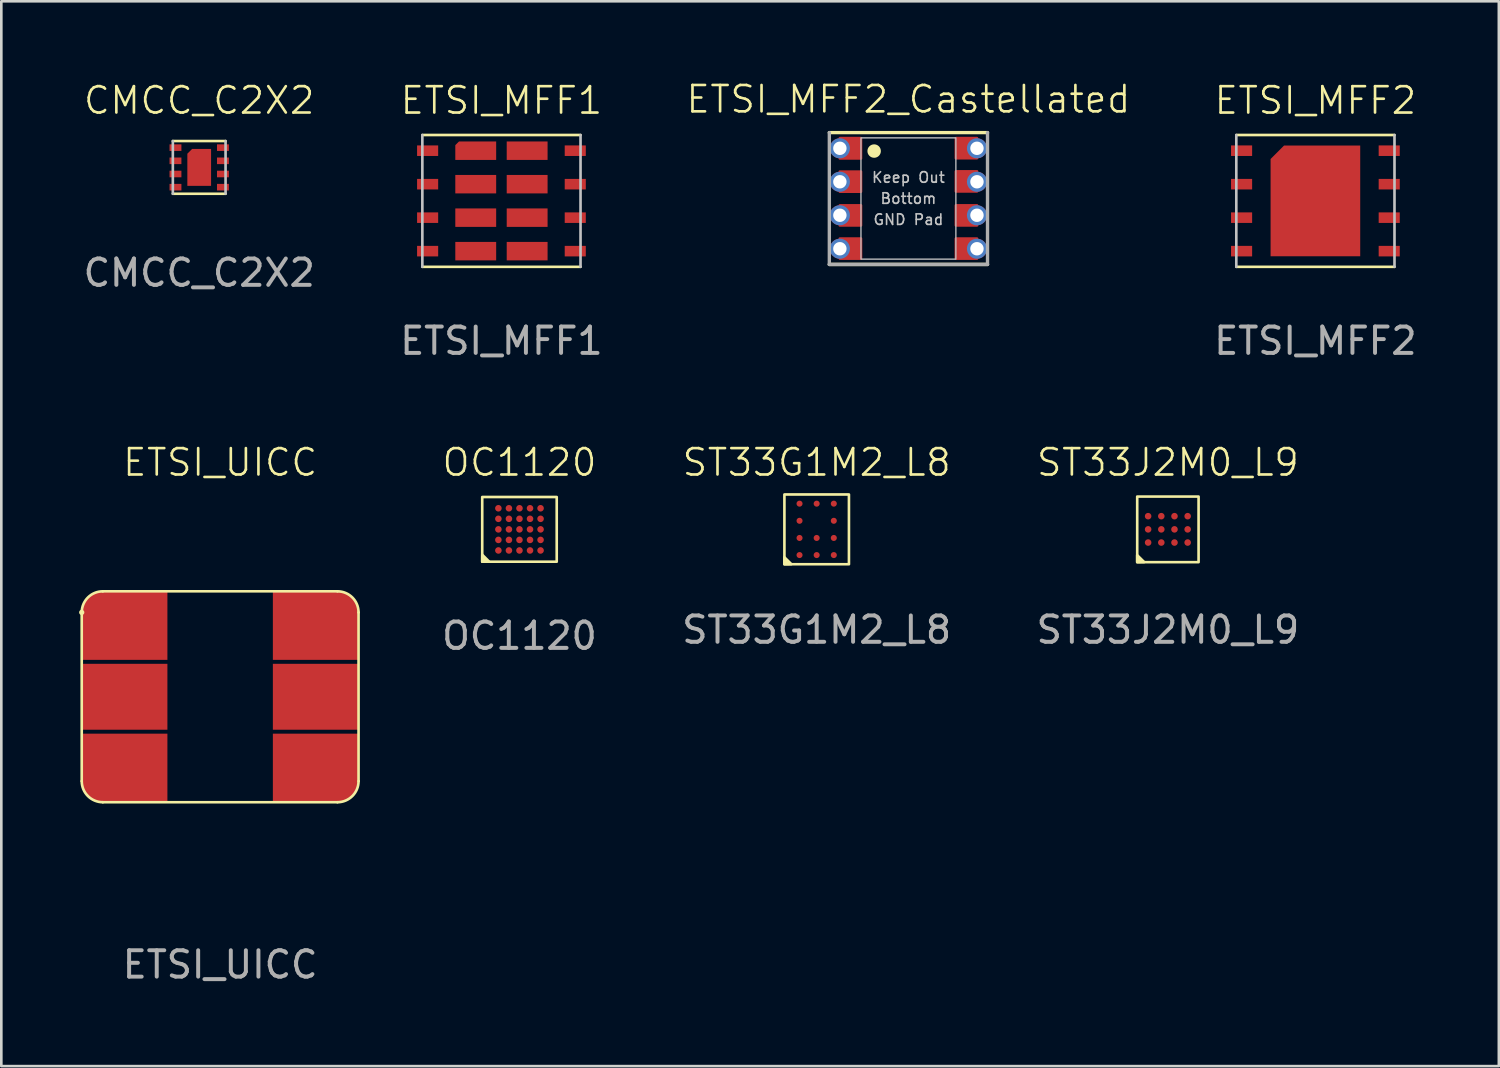
<source format=kicad_pcb>
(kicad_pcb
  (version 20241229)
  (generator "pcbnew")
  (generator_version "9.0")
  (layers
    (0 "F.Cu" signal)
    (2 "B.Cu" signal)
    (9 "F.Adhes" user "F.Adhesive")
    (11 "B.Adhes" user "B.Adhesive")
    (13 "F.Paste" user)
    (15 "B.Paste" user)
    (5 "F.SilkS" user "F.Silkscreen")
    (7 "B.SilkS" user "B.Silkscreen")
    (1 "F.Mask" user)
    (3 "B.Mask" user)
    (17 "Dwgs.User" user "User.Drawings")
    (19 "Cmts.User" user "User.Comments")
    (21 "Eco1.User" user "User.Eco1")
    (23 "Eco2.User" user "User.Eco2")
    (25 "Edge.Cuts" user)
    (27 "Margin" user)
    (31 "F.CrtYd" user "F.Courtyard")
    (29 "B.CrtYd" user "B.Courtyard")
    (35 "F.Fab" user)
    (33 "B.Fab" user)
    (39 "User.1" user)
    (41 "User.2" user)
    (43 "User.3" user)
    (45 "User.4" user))
  (footprint "CMCC_C2X2"
    (layer "F.Cu")
    (at 4.506 3.3)
    (property "Reference" "CMCC_C2X2" (at 0 -2.54 0) (unlocked yes) (layer "F.SilkS") (effects (font (size 1 1) (thickness 0.1))))
    (attr smd)
    (fp_line (start -1 -1) (end 1 -1) (stroke (width 0.1) (type default)) (layer "F.SilkS"))
    (fp_line (start 1 1) (end -1 1) (stroke (width 0.1) (type default)) (layer "F.SilkS"))
    (fp_line (start -1 1) (end -1 -1) (stroke (width 0.1) (type default)) (layer "Dwgs.User"))
    (fp_line (start 1 -1) (end 1 1) (stroke (width 0.1) (type default)) (layer "Dwgs.User"))
    (fp_text user "${REFERENCE}" (at 0 4 0) (unlocked yes) (layer "F.Fab") (effects (font (size 1 1) (thickness 0.15))))
    (pad "1" smd rect (at -0.9 -0.75) (size 0.45 0.25) (layers "F.Cu" "F.Mask" "F.Paste"))
    (pad "2" smd rect (at -0.9 -0.25) (size 0.45 0.25) (layers "F.Cu" "F.Mask" "F.Paste"))
    (pad "3" smd rect (at -0.9 0.25) (size 0.45 0.25) (layers "F.Cu" "F.Mask" "F.Paste"))
    (pad "4" smd rect (at -0.9 0.75) (size 0.45 0.25) (layers "F.Cu" "F.Mask" "F.Paste"))
    (pad "5" smd rect (at 0.9 0.75) (size 0.45 0.25) (layers "F.Cu" "F.Mask" "F.Paste"))
    (pad "6" smd rect (at 0.9 0.25) (size 0.45 0.25) (layers "F.Cu" "F.Mask" "F.Paste"))
    (pad "7" smd rect (at 0.9 -0.25) (size 0.45 0.25) (layers "F.Cu" "F.Mask" "F.Paste"))
    (pad "8" smd rect (at 0.9 -0.75) (size 0.45 0.25) (layers "F.Cu" "F.Mask" "F.Paste"))
    (pad "9" smd roundrect (at 0 0) (size 0.9 1.4) (property pad_prop_heatsink) (layers "F.Cu" "F.Mask" "F.Paste") (roundrect_rratio 0) (chamfer_ratio 0.2) (chamfer top_left)))
  (footprint "ETSI_UICC"
    (layer "F.Cu")
    (at 5.3 23.379)
    (property "Reference" "ETSI_UICC" (at 0 -8.89 0) (unlocked yes) (layer "F.SilkS") (effects (font (size 1 1) (thickness 0.1))))
    (attr smd)
    (fp_line (start -5.25 3.2) (end -5.25 -3.2) (stroke (width 0.1) (type default)) (layer "F.SilkS"))
    (fp_line (start -4.45 -4) (end 4.45 -4) (stroke (width 0.1) (type default)) (layer "F.SilkS"))
    (fp_line (start 4.45 4) (end -4.45 4) (stroke (width 0.1) (type default)) (layer "F.SilkS"))
    (fp_line (start 5.25 -3.2) (end 5.25 3.2) (stroke (width 0.1) (type default)) (layer "F.SilkS"))
    (fp_arc (start -5.25 -3.2) (mid -5.25 -3.2) (end -5.25 -3.2) (stroke (width 0.1) (type default)) (layer "F.SilkS"))
    (fp_arc (start -5.25 -3.2) (mid -5.015685 -3.765685) (end -4.45 -4) (stroke (width 0.1) (type default)) (layer "F.SilkS"))
    (fp_arc (start -4.45 4) (mid -5.015685 3.765685) (end -5.25 3.2) (stroke (width 0.1) (type default)) (layer "F.SilkS"))
    (fp_arc (start 4.45 -4) (mid 5.015685 -3.765685) (end 5.25 -3.2) (stroke (width 0.1) (type default)) (layer "F.SilkS"))
    (fp_arc (start 5.25 3.2) (mid 5.015685 3.765685) (end 4.45 4) (stroke (width 0.1) (type default)) (layer "F.SilkS"))
    (fp_text user "${REFERENCE}" (at 0 10.16 0) (unlocked yes) (layer "F.Fab") (effects (font (size 1 1) (thickness 0.15))))
    (pad "1" smd custom (at -3.625 -2.7) (size 2.6 2.6) (layers "F.Cu" "F.Mask" "F.Paste") (options (anchor circle)) (primitives (gr_poly (pts (xy -1.625 -0.5) (xy -1.605 -0.678) (xy -1.546 -0.847) (xy -1.45 -0.999) (xy -1.324 -1.125) (xy -1.172 -1.221) (xy -1.003 -1.28) (xy 0.825 -1.3) (xy 1.625 -1.3) (xy 1.625 1.3) (xy -1.625 1.3)) (width 0) (fill yes))))
    (pad "2" smd rect (at -3.625 0) (size 3.25 2.5) (layers "F.Cu" "F.Mask" "F.Paste"))
    (pad "3" smd custom (at -3.625 2.7) (size 2.6 2.6) (layers "F.Cu" "F.Mask" "F.Paste") (options (anchor circle)) (primitives (gr_poly (pts (xy -1.625 -1.3) (xy 1.625 -1.3) (xy 1.625 1.3) (xy 0.825 1.3) (xy -0.825 1.3) (xy -1.003 1.28) (xy -1.172 1.221) (xy -1.324 1.125) (xy -1.45 0.999) (xy -1.546 0.847) (xy -1.605 0.678) (xy -1.625 0.5)) (width 0) (fill yes))))
    (pad "6" smd custom (at 3.625 2.7) (size 2.6 2.6) (layers "F.Cu" "F.Mask" "F.Paste") (options (anchor circle)) (primitives (gr_poly (pts (xy -1.625 -1.3) (xy 1.625 -1.3) (xy 1.625 0.5) (xy 1.605 0.678) (xy 1.546 0.847) (xy 1.45 0.999) (xy 1.324 1.125) (xy 1.172 1.221) (xy 1.003 1.28) (xy 0.825 1.3) (xy -1.625 1.3)) (width 0) (fill yes))))
    (pad "7" smd rect (at 3.625 0) (size 3.25 2.5) (layers "F.Cu" "F.Mask" "F.Paste"))
    (pad "8" smd custom (at 3.625 -2.7) (size 2.6 2.6) (layers "F.Cu" "F.Mask" "F.Paste") (options (anchor circle)) (primitives (gr_poly (pts (xy -1.625 -1.3) (xy 0.825 -1.3) (xy 1.003 -1.28) (xy 1.172 -1.221) (xy 1.324 -1.125) (xy 1.45 -0.999) (xy 1.546 -0.847) (xy 1.605 -0.678) (xy 1.625 -0.5) (xy 1.625 1.3) (xy -1.625 1.3)) (width 0) (fill yes)))))
  (footprint "ST33G1M2_L8"
    (layer "F.Cu")
    (at 27.927 17.029)
    (property "Reference" "ST33G1M2_L8" (at 0 -2.54 0) (unlocked yes) (layer "F.SilkS") (effects (font (size 1 1) (thickness 0.1))))
    (attr smd)
    (fp_rect (start 1.224 -1.323) (end -1.224 1.323) (stroke (width 0.1) (type default)) (fill no) (layer "F.SilkS"))
    (fp_poly (pts (xy -1.224 1.323) (xy -1.224 1.059) (xy -0.961 1.32)) (stroke (width 0.1) (type solid)) (fill yes) (layer "F.SilkS"))
    (fp_text user "${REFERENCE}" (at 0 3.81 0) (unlocked yes) (layer "F.Fab") (effects (font (size 1 1) (thickness 0.15))))
    (pad "A1" smd circle (at -0.65 0.975) (size 0.23 0.23) (layers "F.Cu" "F.Mask" "F.Paste"))
    (pad "A2" smd circle (at 0 0.975) (size 0.23 0.23) (layers "F.Cu" "F.Mask" "F.Paste"))
    (pad "A3" smd circle (at 0.65 0.975) (size 0.23 0.23) (layers "F.Cu" "F.Mask" "F.Paste"))
    (pad "B1" smd circle (at -0.65 0.326) (size 0.23 0.23) (layers "F.Cu" "F.Mask" "F.Paste"))
    (pad "B2" smd circle (at 0 0.326) (size 0.23 0.23) (layers "F.Cu" "F.Mask" "F.Paste"))
    (pad "B3" smd circle (at 0.65 0.326) (size 0.23 0.23) (layers "F.Cu" "F.Mask" "F.Paste"))
    (pad "C1" smd circle (at -0.65 -0.325) (size 0.23 0.23) (layers "F.Cu" "F.Mask" "F.Paste"))
    (pad "C3" smd circle (at 0.65 -0.325) (size 0.23 0.23) (layers "F.Cu" "F.Mask" "F.Paste"))
    (pad "D1" smd circle (at -0.65 -0.975) (size 0.23 0.23) (layers "F.Cu" "F.Mask" "F.Paste"))
    (pad "D2" smd circle (at 0 -0.975) (size 0.23 0.23) (layers "F.Cu" "F.Mask" "F.Paste"))
    (pad "D3" smd circle (at 0.65 -0.975) (size 0.23 0.23) (layers "F.Cu" "F.Mask" "F.Paste")))
  (footprint "ETSI_MFF1"
    (layer "F.Cu")
    (at 15.97 4.571)
    (property "Reference" "ETSI_MFF1" (at 0 -3.81 0) (unlocked yes) (layer "F.SilkS") (effects (font (size 1 1) (thickness 0.1))))
    (attr smd)
    (fp_line (start -3 2.5) (end 3 2.5) (stroke (width 0.1) (type default)) (layer "F.SilkS"))
    (fp_line (start 3 -2.5) (end -3 -2.5) (stroke (width 0.1) (type default)) (layer "F.SilkS"))
    (fp_line (start -3 -2.5) (end -3 2.5) (stroke (width 0.1) (type default)) (layer "Dwgs.User"))
    (fp_line (start 3 2.5) (end 3 -2.5) (stroke (width 0.1) (type default)) (layer "Dwgs.User"))
    (fp_text user "${REFERENCE}" (at 0 5.31 0) (unlocked yes) (layer "F.Fab") (effects (font (size 1 1) (thickness 0.15))))
    (pad "1" smd rect (at -2.8 -1.905) (size 0.8 0.4) (layers "F.Cu" "F.Mask" "F.Paste"))
    (pad "1" smd roundrect (at -0.975 -1.905) (size 1.55 0.7) (layers "F.Cu" "F.Mask" "F.Paste") (roundrect_rratio 0) (chamfer_ratio 0.2) (chamfer top_left))
    (pad "2" smd rect (at -2.8 -0.635) (size 0.8 0.4) (layers "F.Cu" "F.Mask" "F.Paste"))
    (pad "2" smd rect (at -0.975 -0.635) (size 1.55 0.7) (layers "F.Cu" "F.Mask" "F.Paste"))
    (pad "3" smd rect (at -2.8 0.635) (size 0.8 0.4) (layers "F.Cu" "F.Mask" "F.Paste"))
    (pad "3" smd rect (at -0.975 0.635) (size 1.55 0.7) (layers "F.Cu" "F.Mask" "F.Paste"))
    (pad "4" smd rect (at -2.8 1.905) (size 0.8 0.4) (layers "F.Cu" "F.Mask" "F.Paste"))
    (pad "4" smd rect (at -0.975 1.905) (size 1.55 0.7) (layers "F.Cu" "F.Mask" "F.Paste"))
    (pad "5" smd rect (at 0.975 1.905) (size 1.55 0.7) (layers "F.Cu" "F.Mask" "F.Paste"))
    (pad "5" smd rect (at 2.8 1.905) (size 0.8 0.4) (layers "F.Cu" "F.Mask" "F.Paste"))
    (pad "6" smd rect (at 0.975 0.635) (size 1.55 0.7) (layers "F.Cu" "F.Mask" "F.Paste"))
    (pad "6" smd rect (at 2.8 0.635) (size 0.8 0.4) (layers "F.Cu" "F.Mask" "F.Paste"))
    (pad "7" smd rect (at 0.975 -0.635) (size 1.55 0.7) (layers "F.Cu" "F.Mask" "F.Paste"))
    (pad "7" smd rect (at 2.8 -0.635) (size 0.8 0.4) (layers "F.Cu" "F.Mask" "F.Paste"))
    (pad "8" smd roundrect (at 0.975 -1.905) (size 1.55 0.7) (layers "F.Cu" "F.Mask" "F.Paste") (roundrect_rratio 0) (chamfer_ratio 0.2) (chamfer))
    (pad "8" smd rect (at 2.8 -1.905) (size 0.8 0.4) (layers "F.Cu" "F.Mask" "F.Paste")))
  (footprint "OC1120"
    (layer "F.Cu")
    (at 16.654 17.029)
    (property "Reference" "OC1120" (at 0 -2.54 0) (unlocked yes) (layer "F.SilkS") (effects (font (size 1 1) (thickness 0.1))))
    (attr smd)
    (fp_rect (start -1.413 -1.227) (end 1.413 1.227) (stroke (width 0.1) (type solid)) (fill no) (layer "F.SilkS"))
    (fp_poly (pts (xy -1.413 1.227) (xy -1.149 1.227) (xy -1.411 0.963)) (stroke (width 0.1) (type solid)) (fill yes) (layer "F.SilkS"))
    (fp_text user "${REFERENCE}" (at 0 4.04 0) (unlocked yes) (layer "F.Fab") (effects (font (size 1 1) (thickness 0.15))))
    (pad "A1" smd circle (at -0.8 0.8) (size 0.25 0.25) (layers "F.Cu" "F.Mask" "F.Paste"))
    (pad "A2" smd circle (at -0.8 0.4) (size 0.25 0.25) (layers "F.Cu" "F.Mask" "F.Paste"))
    (pad "A3" smd circle (at -0.8 0) (size 0.25 0.25) (layers "F.Cu" "F.Mask" "F.Paste"))
    (pad "A4" smd circle (at -0.8 -0.4) (size 0.25 0.25) (layers "F.Cu" "F.Mask" "F.Paste"))
    (pad "A5" smd circle (at -0.8 -0.8) (size 0.25 0.25) (layers "F.Cu" "F.Mask" "F.Paste"))
    (pad "B1" smd circle (at -0.4 0.8) (size 0.25 0.25) (layers "F.Cu" "F.Mask" "F.Paste"))
    (pad "B2" smd circle (at -0.4 0.4) (size 0.25 0.25) (layers "F.Cu" "F.Mask" "F.Paste"))
    (pad "B3" smd circle (at -0.4 0) (size 0.25 0.25) (layers "F.Cu" "F.Mask" "F.Paste"))
    (pad "B4" smd circle (at -0.4 -0.4) (size 0.25 0.25) (layers "F.Cu" "F.Mask" "F.Paste"))
    (pad "B5" smd circle (at -0.4 -0.8) (size 0.25 0.25) (layers "F.Cu" "F.Mask" "F.Paste"))
    (pad "C1" smd circle (at 0 0.8) (size 0.25 0.25) (layers "F.Cu" "F.Mask" "F.Paste"))
    (pad "C2" smd circle (at 0 0.4) (size 0.25 0.25) (layers "F.Cu" "F.Mask" "F.Paste"))
    (pad "C3" smd circle (at 0 0) (size 0.25 0.25) (layers "F.Cu" "F.Mask" "F.Paste"))
    (pad "C4" smd circle (at 0 -0.4) (size 0.25 0.25) (layers "F.Cu" "F.Mask" "F.Paste"))
    (pad "C5" smd circle (at 0 -0.8) (size 0.25 0.25) (layers "F.Cu" "F.Mask" "F.Paste"))
    (pad "D1" smd circle (at 0.4 0.8) (size 0.25 0.25) (layers "F.Cu" "F.Mask" "F.Paste"))
    (pad "D2" smd circle (at 0.4 0.4) (size 0.25 0.25) (layers "F.Cu" "F.Mask" "F.Paste"))
    (pad "D3" smd circle (at 0.4 0) (size 0.25 0.25) (layers "F.Cu" "F.Mask" "F.Paste"))
    (pad "D4" smd circle (at 0.4 -0.4) (size 0.25 0.25) (layers "F.Cu" "F.Mask" "F.Paste"))
    (pad "D5" smd circle (at 0.4 -0.8) (size 0.25 0.25) (layers "F.Cu" "F.Mask" "F.Paste"))
    (pad "E1" smd circle (at 0.8 0.8) (size 0.25 0.25) (layers "F.Cu" "F.Mask" "F.Paste"))
    (pad "E2" smd circle (at 0.8 0.4) (size 0.25 0.25) (layers "F.Cu" "F.Mask" "F.Paste"))
    (pad "E3" smd circle (at 0.8 0) (size 0.25 0.25) (layers "F.Cu" "F.Mask" "F.Paste"))
    (pad "E4" smd circle (at 0.8 -0.4) (size 0.25 0.25) (layers "F.Cu" "F.Mask" "F.Paste"))
    (pad "E5" smd circle (at 0.8 -0.8) (size 0.25 0.25) (layers "F.Cu" "F.Mask" "F.Paste")))
  (footprint "ST33J2M0_L9"
    (layer "F.Cu")
    (at 41.249 17.029)
    (property "Reference" "ST33J2M0_L9" (at 0 -2.54 0) (unlocked yes) (layer "F.SilkS") (effects (font (size 1 1) (thickness 0.1) (bold yes))))
    (attr smd)
    (fp_rect (start -1.164 -1.244) (end 1.164 1.244) (stroke (width 0.1) (type solid)) (fill no) (layer "F.SilkS"))
    (fp_poly (pts (xy -1.164 1.244) (xy -1.164 0.98) (xy -0.9 1.241)) (stroke (width 0.1) (type solid)) (fill yes) (layer "F.SilkS"))
    (fp_text user "${REFERENCE}" (at 0 3.81 0) (unlocked yes) (layer "F.Fab") (effects (font (size 1 1) (thickness 0.15))))
    (pad "A1" smd circle (at -0.75 0.5) (size 0.25 0.25) (layers "F.Cu" "F.Mask" "F.Paste"))
    (pad "A2" smd circle (at -0.75 0) (size 0.25 0.25) (layers "F.Cu" "F.Mask" "F.Paste"))
    (pad "A3" smd circle (at -0.75 -0.5) (size 0.25 0.25) (layers "F.Cu" "F.Mask" "F.Paste"))
    (pad "B1" smd circle (at -0.25 0.5) (size 0.25 0.25) (layers "F.Cu" "F.Mask" "F.Paste"))
    (pad "B2" smd circle (at -0.25 0) (size 0.25 0.25) (layers "F.Cu" "F.Mask" "F.Paste"))
    (pad "B3" smd circle (at -0.25 -0.5) (size 0.25 0.25) (layers "F.Cu" "F.Mask" "F.Paste"))
    (pad "C1" smd circle (at 0.25 0.5) (size 0.25 0.25) (layers "F.Cu" "F.Mask" "F.Paste"))
    (pad "C2" smd circle (at 0.25 0) (size 0.25 0.25) (layers "F.Cu" "F.Mask" "F.Paste"))
    (pad "C3" smd circle (at 0.25 -0.5) (size 0.25 0.25) (layers "F.Cu" "F.Mask" "F.Paste"))
    (pad "D1" smd circle (at 0.75 0.5) (size 0.25 0.25) (layers "F.Cu" "F.Mask" "F.Paste"))
    (pad "D2" smd circle (at 0.75 0) (size 0.25 0.25) (layers "F.Cu" "F.Mask" "F.Paste"))
    (pad "D3" smd circle (at 0.75 -0.5) (size 0.25 0.25) (layers "F.Cu" "F.Mask" "F.Paste")))
  (footprint "ETSI_MFF2_Castellated"
    (layer "F.Cu")
    (at 31.407 4.48)
    (property "Reference" "ETSI_MFF2_Castellated" (at 0 -3.18 0) (layer "F.SilkS") (effects (font (size 1 1) (thickness 0.1)) (justify bottom)))
    (attr through_hole)
    (fp_poly (pts (xy -1.8 -1.52) (xy -2.6 -1.52) (xy -2.6 -2.29) (xy -1.8 -2.29)) (stroke (width 0.1) (type solid)) (fill yes) (layer "F.Cu"))
    (fp_poly (pts (xy -1.8 -0.26) (xy -2.6 -0.26) (xy -2.6 -1.02) (xy -1.8 -1.02)) (stroke (width 0.1) (type solid)) (fill yes) (layer "F.Cu"))
    (fp_poly (pts (xy -1.8 1.02) (xy -2.6 1.02) (xy -2.6 0.26) (xy -1.8 0.26)) (stroke (width 0.1) (type solid)) (fill yes) (layer "F.Cu"))
    (fp_poly (pts (xy -1.8 2.28) (xy -2.6 2.28) (xy -2.6 1.52) (xy -1.8 1.52)) (stroke (width 0.1) (type solid)) (fill yes) (layer "F.Cu"))
    (fp_poly (pts (xy 2.6 -1.53) (xy 1.8 -1.53) (xy 1.8 -2.29) (xy 2.6 -2.29)) (stroke (width 0.1) (type solid)) (fill yes) (layer "F.Cu"))
    (fp_poly (pts (xy 2.6 -0.27) (xy 1.8 -0.27) (xy 1.8 -1.03) (xy 2.6 -1.03)) (stroke (width 0.1) (type solid)) (fill yes) (layer "F.Cu"))
    (fp_poly (pts (xy 2.6 1.02) (xy 1.8 1.02) (xy 1.8 0.26) (xy 2.6 0.26)) (stroke (width 0.1) (type solid)) (fill yes) (layer "F.Cu"))
    (fp_poly (pts (xy 2.6 2.28) (xy 1.8 2.28) (xy 1.8 1.52) (xy 2.6 1.52)) (stroke (width 0.1) (type solid)) (fill yes) (layer "F.Cu"))
    (fp_poly (pts (xy -1.8 -1.52) (xy -2.6 -1.52) (xy -2.6 -2.29) (xy -1.8 -2.29)) (stroke (width 0.1) (type solid)) (fill yes) (layer "F.Mask"))
    (fp_poly (pts (xy -1.8 -0.26) (xy -2.6 -0.26) (xy -2.6 -1.02) (xy -1.8 -1.02)) (stroke (width 0.1) (type solid)) (fill yes) (layer "F.Mask"))
    (fp_poly (pts (xy -1.8 1.02) (xy -2.6 1.02) (xy -2.6 0.26) (xy -1.8 0.26)) (stroke (width 0.1) (type solid)) (fill yes) (layer "F.Mask"))
    (fp_poly (pts (xy -1.8 2.28) (xy -2.6 2.28) (xy -2.6 1.52) (xy -1.8 1.52)) (stroke (width 0.1) (type solid)) (fill yes) (layer "F.Mask"))
    (fp_poly (pts (xy 2.6 -1.53) (xy 1.8 -1.53) (xy 1.8 -2.29) (xy 2.6 -2.29)) (stroke (width 0.1) (type solid)) (fill yes) (layer "F.Mask"))
    (fp_poly (pts (xy 2.6 -0.27) (xy 1.8 -0.27) (xy 1.8 -1.03) (xy 2.6 -1.03)) (stroke (width 0.1) (type solid)) (fill yes) (layer "F.Mask"))
    (fp_poly (pts (xy 2.6 1.02) (xy 1.8 1.02) (xy 1.8 0.26) (xy 2.6 0.26)) (stroke (width 0.1) (type solid)) (fill yes) (layer "F.Mask"))
    (fp_poly (pts (xy 2.6 2.28) (xy 1.8 2.28) (xy 1.8 1.52) (xy 2.6 1.52)) (stroke (width 0.1) (type solid)) (fill yes) (layer "F.Mask"))
    (fp_line (start -3 -2.5) (end 3 -2.5) (stroke (width 0.127) (type solid)) (layer "F.SilkS"))
    (fp_line (start 3 2.5) (end -3 2.5) (stroke (width 0.127) (type solid)) (layer "F.SilkS"))
    (fp_circle (center -1.3 -1.8) (end -1.05 -1.8) (stroke (width 0.01) (type solid)) (fill yes) (layer "F.SilkS"))
    (fp_rect (start -1.8 -2.3) (end 1.8 2.3) (stroke (width 0.05) (type solid)) (fill no) (layer "Dwgs.User"))
    (fp_line (start -3 2.5) (end -3 -2.5) (stroke (width 0.127) (type solid)) (layer "F.Fab"))
    (fp_line (start 3 -2.5) (end 3 2.5) (stroke (width 0.127) (type solid)) (layer "F.Fab"))
    (fp_line (start 3 2.5) (end -3 2.5) (stroke (width 0.127) (type solid)) (layer "F.Fab"))
    (fp_text user "GND Pad" (at 0 0.8 0) (layer "Dwgs.User") (effects (font (size 0.4 0.4) (thickness 0.062))))
    (fp_text user "Keep Out" (at 0 -0.8 0) (layer "Dwgs.User") (effects (font (size 0.4 0.4) (thickness 0.062))))
    (fp_text user "Bottom" (at 0 0 0) (layer "Dwgs.User") (effects (font (size 0.4 0.4) (thickness 0.062))))
    (pad "1" thru_hole circle (at -2.6 -1.905) (size 0.762 0.762) (drill 0.508) (layers "*.Cu" "*.Mask"))
    (pad "2" thru_hole circle (at -2.6 -0.635) (size 0.762 0.762) (drill 0.508) (layers "*.Cu" "*.Mask"))
    (pad "3" thru_hole circle (at -2.6 0.635) (size 0.762 0.762) (drill 0.508) (layers "*.Cu" "*.Mask"))
    (pad "4" thru_hole circle (at -2.6 1.905) (size 0.762 0.762) (drill 0.508) (layers "*.Cu" "*.Mask"))
    (pad "5" thru_hole circle (at 2.6 1.905) (size 0.762 0.762) (drill 0.508) (layers "*.Cu" "*.Mask"))
    (pad "6" thru_hole circle (at 2.6 0.635) (size 0.762 0.762) (drill 0.508) (layers "*.Cu" "*.Mask"))
    (pad "7" thru_hole circle (at 2.6 -0.635) (size 0.762 0.762) (drill 0.508) (layers "*.Cu" "*.Mask"))
    (pad "8" thru_hole circle (at 2.6 -1.905) (size 0.762 0.762) (drill 0.508) (layers "*.Cu" "*.Mask")))
  (footprint "ETSI_MFF2"
    (layer "F.Cu")
    (at 46.844 4.571)
    (property "Reference" "ETSI_MFF2" (at 0 -3.81 0) (unlocked yes) (layer "F.SilkS") (effects (font (size 1 1) (thickness 0.1))))
    (attr smd)
    (fp_line (start -3 -2.5) (end 3 -2.5) (stroke (width 0.1) (type default)) (layer "F.SilkS"))
    (fp_line (start 3 2.5) (end -3 2.5) (stroke (width 0.1) (type default)) (layer "F.SilkS"))
    (fp_rect (start -1 -1.2) (end 1 1.2) (stroke (width 0) (type solid)) (fill yes) (layer "F.Paste"))
    (fp_line (start -3 -2.5) (end -3 2.5) (stroke (width 0.1) (type default)) (layer "Dwgs.User"))
    (fp_line (start 3 -2.5) (end 3 2.5) (stroke (width 0.1) (type default)) (layer "Dwgs.User"))
    (fp_text user "${REFERENCE}" (at 0 5.31 0) (unlocked yes) (layer "F.Fab") (effects (font (size 1 1) (thickness 0.15))))
    (pad "1" smd rect (at -2.8 -1.905) (size 0.8 0.4) (layers "F.Cu" "F.Mask" "F.Paste"))
    (pad "2" smd rect (at -2.8 -0.635) (size 0.8 0.4) (layers "F.Cu" "F.Mask" "F.Paste"))
    (pad "3" smd rect (at -2.8 0.635) (size 0.8 0.4) (layers "F.Cu" "F.Mask" "F.Paste"))
    (pad "4" smd rect (at -2.8 1.905) (size 0.8 0.4) (layers "F.Cu" "F.Mask" "F.Paste"))
    (pad "5" smd rect (at 2.8 1.905) (size 0.8 0.4) (layers "F.Cu" "F.Mask" "F.Paste"))
    (pad "6" smd rect (at 2.8 0.635) (size 0.8 0.4) (layers "F.Cu" "F.Mask" "F.Paste"))
    (pad "7" smd rect (at 2.8 -0.635) (size 0.8 0.4) (layers "F.Cu" "F.Mask" "F.Paste"))
    (pad "8" smd rect (at 2.8 -1.905) (size 0.8 0.4) (layers "F.Cu" "F.Mask" "F.Paste"))
    (pad "9" smd roundrect (at 0 0) (size 3.4 4.2) (property pad_prop_heatsink) (layers "F.Cu" "F.Mask") (roundrect_rratio 0) (chamfer_ratio 0.15) (chamfer top_left)))
  (gr_rect
    (start -3 -3)
    (end 53.802 37.388)
    (stroke (width 0.1) (type default))
    (fill no)
    (layer "Edge.Cuts")))
</source>
